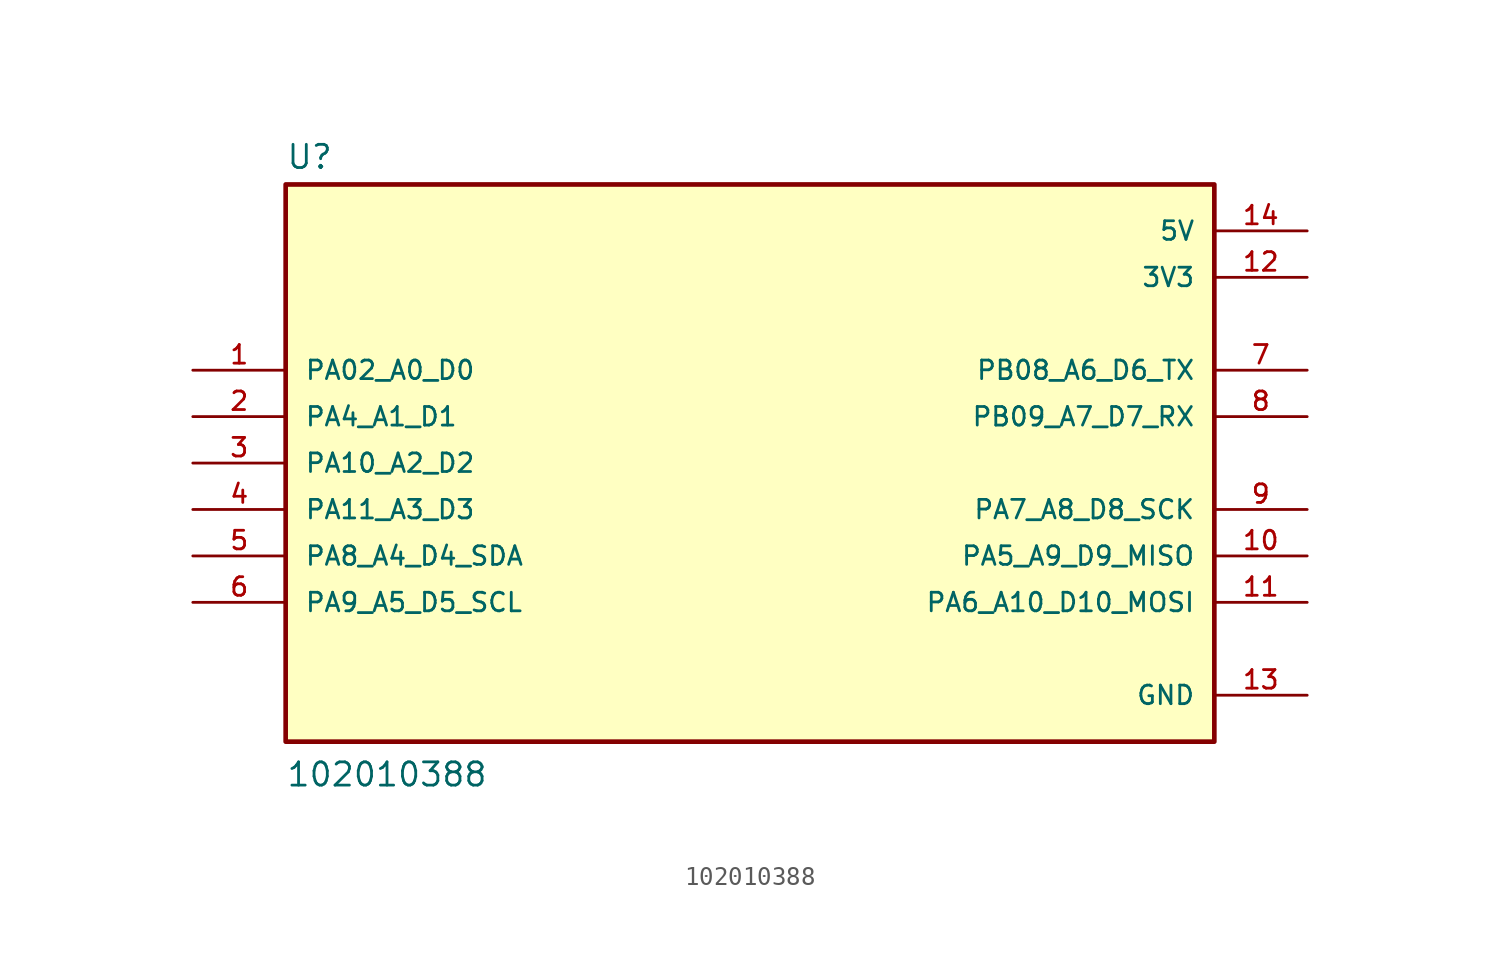
<source format=kicad_sym>
(kicad_symbol_lib
  (version 20211014)
  (generator kicad_symbol_editor)
  (symbol "102010388"
    (pin_names
      (offset 1.016))
    (property "Reference" "U"
      (at -25.4 16.002 0)
      (effects (font (size 1.27 1.27)) (justify bottom left)))
    (property "Value" "102010388"
      (at -25.4 -17.78 0)
      (effects (font (size 1.27 1.27)) (justify bottom left)))
    (symbol "102010388_0_0"
      (rectangle (start -25.4 -15.24) (end 25.4 15.24) (stroke (width 0.254)) (fill (type background)))
      (pin bidirectional line (at -30.48 5.08 0) (length 5.08) (name "PA02_A0_D0" (effects (font (size 1.016 1.016)))) (number "1" (effects (font (size 1.016 1.016)))))
      (pin bidirectional line (at -30.48 2.54 0) (length 5.08) (name "PA4_A1_D1" (effects (font (size 1.016 1.016)))) (number "2" (effects (font (size 1.016 1.016)))))
      (pin bidirectional line (at -30.48 0.0 0) (length 5.08) (name "PA10_A2_D2" (effects (font (size 1.016 1.016)))) (number "3" (effects (font (size 1.016 1.016)))))
      (pin bidirectional line (at -30.48 -2.54 0) (length 5.08) (name "PA11_A3_D3" (effects (font (size 1.016 1.016)))) (number "4" (effects (font (size 1.016 1.016)))))
      (pin bidirectional line (at -30.48 -5.08 0) (length 5.08) (name "PA8_A4_D4_SDA" (effects (font (size 1.016 1.016)))) (number "5" (effects (font (size 1.016 1.016)))))
      (pin bidirectional line (at -30.48 -7.62 0) (length 5.08) (name "PA9_A5_D5_SCL" (effects (font (size 1.016 1.016)))) (number "6" (effects (font (size 1.016 1.016)))))
      (pin bidirectional line (at 30.48 5.08 180.0) (length 5.08) (name "PB08_A6_D6_TX" (effects (font (size 1.016 1.016)))) (number "7" (effects (font (size 1.016 1.016)))))
      (pin bidirectional line (at 30.48 2.54 180.0) (length 5.08) (name "PB09_A7_D7_RX" (effects (font (size 1.016 1.016)))) (number "8" (effects (font (size 1.016 1.016)))))
      (pin bidirectional line (at 30.48 -2.54 180.0) (length 5.08) (name "PA7_A8_D8_SCK" (effects (font (size 1.016 1.016)))) (number "9" (effects (font (size 1.016 1.016)))))
      (pin bidirectional line (at 30.48 -5.08 180.0) (length 5.08) (name "PA5_A9_D9_MISO" (effects (font (size 1.016 1.016)))) (number "10" (effects (font (size 1.016 1.016)))))
      (pin bidirectional line (at 30.48 -7.62 180.0) (length 5.08) (name "PA6_A10_D10_MOSI" (effects (font (size 1.016 1.016)))) (number "11" (effects (font (size 1.016 1.016)))))
      (pin power_in line (at 30.48 10.16 180.0) (length 5.08) (name "3V3" (effects (font (size 1.016 1.016)))) (number "12" (effects (font (size 1.016 1.016)))))
      (pin power_in line (at 30.48 -12.7 180.0) (length 5.08) (name "GND" (effects (font (size 1.016 1.016)))) (number "13" (effects (font (size 1.016 1.016)))))
      (pin power_in line (at 30.48 12.7 180.0) (length 5.08) (name "5V" (effects (font (size 1.016 1.016)))) (number "14" (effects (font (size 1.016 1.016))))))))
</source>
